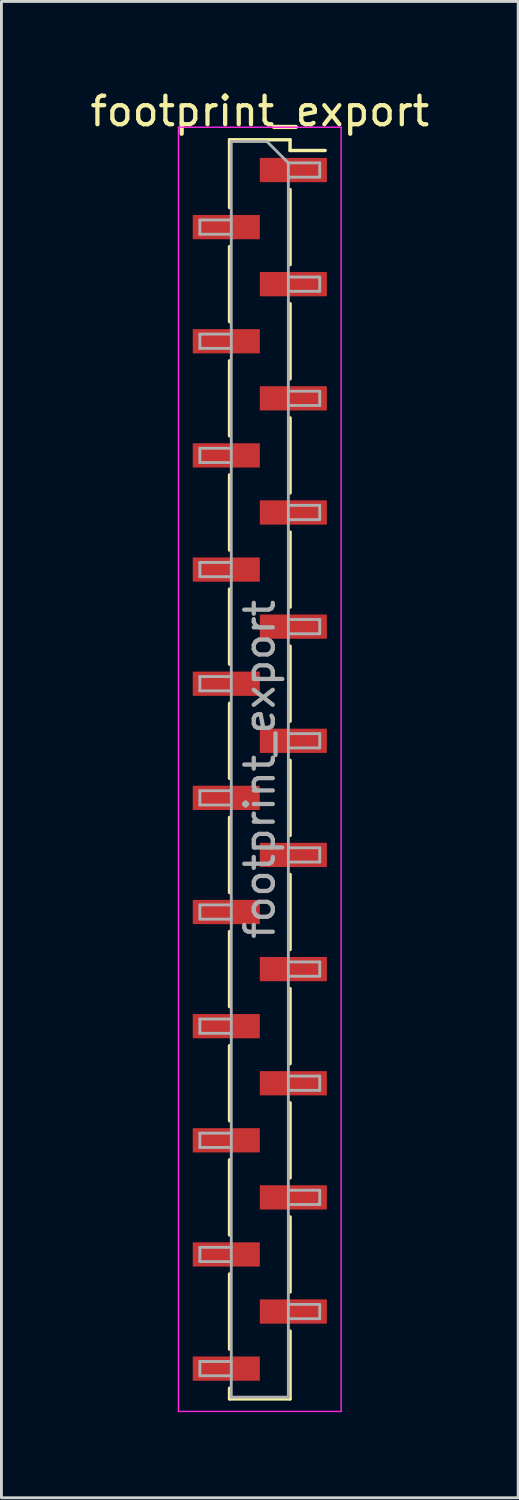
<source format=kicad_pcb>
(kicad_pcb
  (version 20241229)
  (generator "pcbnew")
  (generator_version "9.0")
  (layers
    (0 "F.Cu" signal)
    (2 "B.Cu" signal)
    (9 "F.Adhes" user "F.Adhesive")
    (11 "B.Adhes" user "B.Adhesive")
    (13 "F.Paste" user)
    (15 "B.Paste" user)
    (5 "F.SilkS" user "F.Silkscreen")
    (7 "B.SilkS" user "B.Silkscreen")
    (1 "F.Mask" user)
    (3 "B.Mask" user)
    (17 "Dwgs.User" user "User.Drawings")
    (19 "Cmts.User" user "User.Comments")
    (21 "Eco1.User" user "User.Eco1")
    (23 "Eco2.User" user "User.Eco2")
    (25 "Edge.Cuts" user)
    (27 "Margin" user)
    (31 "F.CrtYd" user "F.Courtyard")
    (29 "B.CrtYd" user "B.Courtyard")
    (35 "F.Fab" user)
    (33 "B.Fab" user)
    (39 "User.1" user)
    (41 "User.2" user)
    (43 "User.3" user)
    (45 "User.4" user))
  (footprint "footprint_export"
    (layer "F.Cu")
    (at 6.054 23.908)
    (property "Reference" "footprint_export" (at 0 -23.06 0) (layer "F.SilkS") (effects (font (size 1 1) (thickness 0.15))))
    (attr smd)
    (fp_line (start -1.06 -22.06) (end -1.06 -19.685) (stroke (width 0.12) (type solid)) (layer "F.SilkS"))
    (fp_line (start -1.06 -22.06) (end 1.06 -22.06) (stroke (width 0.12) (type solid)) (layer "F.SilkS"))
    (fp_line (start -1.06 -18.315) (end -1.06 -15.685) (stroke (width 0.12) (type solid)) (layer "F.SilkS"))
    (fp_line (start -1.06 -14.315) (end -1.06 -11.685) (stroke (width 0.12) (type solid)) (layer "F.SilkS"))
    (fp_line (start -1.06 -10.315) (end -1.06 -7.685) (stroke (width 0.12) (type solid)) (layer "F.SilkS"))
    (fp_line (start -1.06 -6.315) (end -1.06 -3.685) (stroke (width 0.12) (type solid)) (layer "F.SilkS"))
    (fp_line (start -1.06 -2.315) (end -1.06 0.315) (stroke (width 0.12) (type solid)) (layer "F.SilkS"))
    (fp_line (start -1.06 1.685) (end -1.06 4.315) (stroke (width 0.12) (type solid)) (layer "F.SilkS"))
    (fp_line (start -1.06 5.685) (end -1.06 8.315) (stroke (width 0.12) (type solid)) (layer "F.SilkS"))
    (fp_line (start -1.06 9.685) (end -1.06 12.315) (stroke (width 0.12) (type solid)) (layer "F.SilkS"))
    (fp_line (start -1.06 13.685) (end -1.06 16.315) (stroke (width 0.12) (type solid)) (layer "F.SilkS"))
    (fp_line (start -1.06 17.685) (end -1.06 20.315) (stroke (width 0.12) (type solid)) (layer "F.SilkS"))
    (fp_line (start -1.06 21.685) (end -1.06 22.06) (stroke (width 0.12) (type solid)) (layer "F.SilkS"))
    (fp_line (start -1.06 22.06) (end 1.06 22.06) (stroke (width 0.12) (type solid)) (layer "F.SilkS"))
    (fp_line (start 1.06 -22.06) (end 1.06 -21.685) (stroke (width 0.12) (type solid)) (layer "F.SilkS"))
    (fp_line (start 1.06 -21.685) (end 2.29 -21.685) (stroke (width 0.12) (type solid)) (layer "F.SilkS"))
    (fp_line (start 1.06 -20.315) (end 1.06 -17.685) (stroke (width 0.12) (type solid)) (layer "F.SilkS"))
    (fp_line (start 1.06 -16.315) (end 1.06 -13.685) (stroke (width 0.12) (type solid)) (layer "F.SilkS"))
    (fp_line (start 1.06 -12.315) (end 1.06 -9.685) (stroke (width 0.12) (type solid)) (layer "F.SilkS"))
    (fp_line (start 1.06 -8.315) (end 1.06 -5.685) (stroke (width 0.12) (type solid)) (layer "F.SilkS"))
    (fp_line (start 1.06 -4.315) (end 1.06 -1.685) (stroke (width 0.12) (type solid)) (layer "F.SilkS"))
    (fp_line (start 1.06 -0.315) (end 1.06 2.315) (stroke (width 0.12) (type solid)) (layer "F.SilkS"))
    (fp_line (start 1.06 3.685) (end 1.06 6.315) (stroke (width 0.12) (type solid)) (layer "F.SilkS"))
    (fp_line (start 1.06 7.685) (end 1.06 10.315) (stroke (width 0.12) (type solid)) (layer "F.SilkS"))
    (fp_line (start 1.06 11.685) (end 1.06 14.315) (stroke (width 0.12) (type solid)) (layer "F.SilkS"))
    (fp_line (start 1.06 15.685) (end 1.06 18.315) (stroke (width 0.12) (type solid)) (layer "F.SilkS"))
    (fp_line (start 1.06 19.685) (end 1.06 22.06) (stroke (width 0.12) (type solid)) (layer "F.SilkS"))
    (fp_line (start -2.85 -22.5) (end -2.85 22.5) (stroke (width 0.05) (type solid)) (layer "F.CrtYd"))
    (fp_line (start -2.85 22.5) (end 2.85 22.5) (stroke (width 0.05) (type solid)) (layer "F.CrtYd"))
    (fp_line (start 2.85 -22.5) (end -2.85 -22.5) (stroke (width 0.05) (type solid)) (layer "F.CrtYd"))
    (fp_line (start 2.85 22.5) (end 2.85 -22.5) (stroke (width 0.05) (type solid)) (layer "F.CrtYd"))
    (fp_line (start -2.1 -19.25) (end -2.1 -18.75) (stroke (width 0.1) (type solid)) (layer "F.Fab"))
    (fp_line (start -2.1 -18.75) (end -1 -18.75) (stroke (width 0.1) (type solid)) (layer "F.Fab"))
    (fp_line (start -2.1 -15.25) (end -2.1 -14.75) (stroke (width 0.1) (type solid)) (layer "F.Fab"))
    (fp_line (start -2.1 -14.75) (end -1 -14.75) (stroke (width 0.1) (type solid)) (layer "F.Fab"))
    (fp_line (start -2.1 -11.25) (end -2.1 -10.75) (stroke (width 0.1) (type solid)) (layer "F.Fab"))
    (fp_line (start -2.1 -10.75) (end -1 -10.75) (stroke (width 0.1) (type solid)) (layer "F.Fab"))
    (fp_line (start -2.1 -7.25) (end -2.1 -6.75) (stroke (width 0.1) (type solid)) (layer "F.Fab"))
    (fp_line (start -2.1 -6.75) (end -1 -6.75) (stroke (width 0.1) (type solid)) (layer "F.Fab"))
    (fp_line (start -2.1 -3.25) (end -2.1 -2.75) (stroke (width 0.1) (type solid)) (layer "F.Fab"))
    (fp_line (start -2.1 -2.75) (end -1 -2.75) (stroke (width 0.1) (type solid)) (layer "F.Fab"))
    (fp_line (start -2.1 0.75) (end -2.1 1.25) (stroke (width 0.1) (type solid)) (layer "F.Fab"))
    (fp_line (start -2.1 1.25) (end -1 1.25) (stroke (width 0.1) (type solid)) (layer "F.Fab"))
    (fp_line (start -2.1 4.75) (end -2.1 5.25) (stroke (width 0.1) (type solid)) (layer "F.Fab"))
    (fp_line (start -2.1 5.25) (end -1 5.25) (stroke (width 0.1) (type solid)) (layer "F.Fab"))
    (fp_line (start -2.1 8.75) (end -2.1 9.25) (stroke (width 0.1) (type solid)) (layer "F.Fab"))
    (fp_line (start -2.1 9.25) (end -1 9.25) (stroke (width 0.1) (type solid)) (layer "F.Fab"))
    (fp_line (start -2.1 12.75) (end -2.1 13.25) (stroke (width 0.1) (type solid)) (layer "F.Fab"))
    (fp_line (start -2.1 13.25) (end -1 13.25) (stroke (width 0.1) (type solid)) (layer "F.Fab"))
    (fp_line (start -2.1 16.75) (end -2.1 17.25) (stroke (width 0.1) (type solid)) (layer "F.Fab"))
    (fp_line (start -2.1 17.25) (end -1 17.25) (stroke (width 0.1) (type solid)) (layer "F.Fab"))
    (fp_line (start -2.1 20.75) (end -2.1 21.25) (stroke (width 0.1) (type solid)) (layer "F.Fab"))
    (fp_line (start -2.1 21.25) (end -1 21.25) (stroke (width 0.1) (type solid)) (layer "F.Fab"))
    (fp_line (start -1 -22) (end -1 22) (stroke (width 0.1) (type solid)) (layer "F.Fab"))
    (fp_line (start -1 -22) (end 0.25 -22) (stroke (width 0.1) (type solid)) (layer "F.Fab"))
    (fp_line (start -1 -19.25) (end -2.1 -19.25) (stroke (width 0.1) (type solid)) (layer "F.Fab"))
    (fp_line (start -1 -15.25) (end -2.1 -15.25) (stroke (width 0.1) (type solid)) (layer "F.Fab"))
    (fp_line (start -1 -11.25) (end -2.1 -11.25) (stroke (width 0.1) (type solid)) (layer "F.Fab"))
    (fp_line (start -1 -7.25) (end -2.1 -7.25) (stroke (width 0.1) (type solid)) (layer "F.Fab"))
    (fp_line (start -1 -3.25) (end -2.1 -3.25) (stroke (width 0.1) (type solid)) (layer "F.Fab"))
    (fp_line (start -1 0.75) (end -2.1 0.75) (stroke (width 0.1) (type solid)) (layer "F.Fab"))
    (fp_line (start -1 4.75) (end -2.1 4.75) (stroke (width 0.1) (type solid)) (layer "F.Fab"))
    (fp_line (start -1 8.75) (end -2.1 8.75) (stroke (width 0.1) (type solid)) (layer "F.Fab"))
    (fp_line (start -1 12.75) (end -2.1 12.75) (stroke (width 0.1) (type solid)) (layer "F.Fab"))
    (fp_line (start -1 16.75) (end -2.1 16.75) (stroke (width 0.1) (type solid)) (layer "F.Fab"))
    (fp_line (start -1 20.75) (end -2.1 20.75) (stroke (width 0.1) (type solid)) (layer "F.Fab"))
    (fp_line (start 1 -21.25) (end 0.25 -22) (stroke (width 0.1) (type solid)) (layer "F.Fab"))
    (fp_line (start 1 -21.25) (end 2.1 -21.25) (stroke (width 0.1) (type solid)) (layer "F.Fab"))
    (fp_line (start 1 -17.25) (end 2.1 -17.25) (stroke (width 0.1) (type solid)) (layer "F.Fab"))
    (fp_line (start 1 -13.25) (end 2.1 -13.25) (stroke (width 0.1) (type solid)) (layer "F.Fab"))
    (fp_line (start 1 -9.25) (end 2.1 -9.25) (stroke (width 0.1) (type solid)) (layer "F.Fab"))
    (fp_line (start 1 -5.25) (end 2.1 -5.25) (stroke (width 0.1) (type solid)) (layer "F.Fab"))
    (fp_line (start 1 -1.25) (end 2.1 -1.25) (stroke (width 0.1) (type solid)) (layer "F.Fab"))
    (fp_line (start 1 2.75) (end 2.1 2.75) (stroke (width 0.1) (type solid)) (layer "F.Fab"))
    (fp_line (start 1 6.75) (end 2.1 6.75) (stroke (width 0.1) (type solid)) (layer "F.Fab"))
    (fp_line (start 1 10.75) (end 2.1 10.75) (stroke (width 0.1) (type solid)) (layer "F.Fab"))
    (fp_line (start 1 14.75) (end 2.1 14.75) (stroke (width 0.1) (type solid)) (layer "F.Fab"))
    (fp_line (start 1 18.75) (end 2.1 18.75) (stroke (width 0.1) (type solid)) (layer "F.Fab"))
    (fp_line (start 1 22) (end -1 22) (stroke (width 0.1) (type solid)) (layer "F.Fab"))
    (fp_line (start 1 22) (end 1 -21.25) (stroke (width 0.1) (type solid)) (layer "F.Fab"))
    (fp_line (start 2.1 -21.25) (end 2.1 -20.75) (stroke (width 0.1) (type solid)) (layer "F.Fab"))
    (fp_line (start 2.1 -20.75) (end 1 -20.75) (stroke (width 0.1) (type solid)) (layer "F.Fab"))
    (fp_line (start 2.1 -17.25) (end 2.1 -16.75) (stroke (width 0.1) (type solid)) (layer "F.Fab"))
    (fp_line (start 2.1 -16.75) (end 1 -16.75) (stroke (width 0.1) (type solid)) (layer "F.Fab"))
    (fp_line (start 2.1 -13.25) (end 2.1 -12.75) (stroke (width 0.1) (type solid)) (layer "F.Fab"))
    (fp_line (start 2.1 -12.75) (end 1 -12.75) (stroke (width 0.1) (type solid)) (layer "F.Fab"))
    (fp_line (start 2.1 -9.25) (end 2.1 -8.75) (stroke (width 0.1) (type solid)) (layer "F.Fab"))
    (fp_line (start 2.1 -8.75) (end 1 -8.75) (stroke (width 0.1) (type solid)) (layer "F.Fab"))
    (fp_line (start 2.1 -5.25) (end 2.1 -4.75) (stroke (width 0.1) (type solid)) (layer "F.Fab"))
    (fp_line (start 2.1 -4.75) (end 1 -4.75) (stroke (width 0.1) (type solid)) (layer "F.Fab"))
    (fp_line (start 2.1 -1.25) (end 2.1 -0.75) (stroke (width 0.1) (type solid)) (layer "F.Fab"))
    (fp_line (start 2.1 -0.75) (end 1 -0.75) (stroke (width 0.1) (type solid)) (layer "F.Fab"))
    (fp_line (start 2.1 2.75) (end 2.1 3.25) (stroke (width 0.1) (type solid)) (layer "F.Fab"))
    (fp_line (start 2.1 3.25) (end 1 3.25) (stroke (width 0.1) (type solid)) (layer "F.Fab"))
    (fp_line (start 2.1 6.75) (end 2.1 7.25) (stroke (width 0.1) (type solid)) (layer "F.Fab"))
    (fp_line (start 2.1 7.25) (end 1 7.25) (stroke (width 0.1) (type solid)) (layer "F.Fab"))
    (fp_line (start 2.1 10.75) (end 2.1 11.25) (stroke (width 0.1) (type solid)) (layer "F.Fab"))
    (fp_line (start 2.1 11.25) (end 1 11.25) (stroke (width 0.1) (type solid)) (layer "F.Fab"))
    (fp_line (start 2.1 14.75) (end 2.1 15.25) (stroke (width 0.1) (type solid)) (layer "F.Fab"))
    (fp_line (start 2.1 15.25) (end 1 15.25) (stroke (width 0.1) (type solid)) (layer "F.Fab"))
    (fp_line (start 2.1 18.75) (end 2.1 19.25) (stroke (width 0.1) (type solid)) (layer "F.Fab"))
    (fp_line (start 2.1 19.25) (end 1 19.25) (stroke (width 0.1) (type solid)) (layer "F.Fab"))
    (fp_text user "${REFERENCE}" (at 0 0 90) (layer "F.Fab") (effects (font (size 1 1) (thickness 0.15))))
    (pad "1" smd rect (at 1.175 -21) (size 2.35 0.85) (layers "F.Cu" "F.Mask" "F.Paste"))
    (pad "2" smd rect (at -1.175 -19) (size 2.35 0.85) (layers "F.Cu" "F.Mask" "F.Paste"))
    (pad "3" smd rect (at 1.175 -17) (size 2.35 0.85) (layers "F.Cu" "F.Mask" "F.Paste"))
    (pad "4" smd rect (at -1.175 -15) (size 2.35 0.85) (layers "F.Cu" "F.Mask" "F.Paste"))
    (pad "5" smd rect (at 1.175 -13) (size 2.35 0.85) (layers "F.Cu" "F.Mask" "F.Paste"))
    (pad "6" smd rect (at -1.175 -11) (size 2.35 0.85) (layers "F.Cu" "F.Mask" "F.Paste"))
    (pad "7" smd rect (at 1.175 -9) (size 2.35 0.85) (layers "F.Cu" "F.Mask" "F.Paste"))
    (pad "8" smd rect (at -1.175 -7) (size 2.35 0.85) (layers "F.Cu" "F.Mask" "F.Paste"))
    (pad "9" smd rect (at 1.175 -5) (size 2.35 0.85) (layers "F.Cu" "F.Mask" "F.Paste"))
    (pad "10" smd rect (at -1.175 -3) (size 2.35 0.85) (layers "F.Cu" "F.Mask" "F.Paste"))
    (pad "11" smd rect (at 1.175 -1) (size 2.35 0.85) (layers "F.Cu" "F.Mask" "F.Paste"))
    (pad "12" smd rect (at -1.175 1) (size 2.35 0.85) (layers "F.Cu" "F.Mask" "F.Paste"))
    (pad "13" smd rect (at 1.175 3) (size 2.35 0.85) (layers "F.Cu" "F.Mask" "F.Paste"))
    (pad "14" smd rect (at -1.175 5) (size 2.35 0.85) (layers "F.Cu" "F.Mask" "F.Paste"))
    (pad "15" smd rect (at 1.175 7) (size 2.35 0.85) (layers "F.Cu" "F.Mask" "F.Paste"))
    (pad "16" smd rect (at -1.175 9) (size 2.35 0.85) (layers "F.Cu" "F.Mask" "F.Paste"))
    (pad "17" smd rect (at 1.175 11) (size 2.35 0.85) (layers "F.Cu" "F.Mask" "F.Paste"))
    (pad "18" smd rect (at -1.175 13) (size 2.35 0.85) (layers "F.Cu" "F.Mask" "F.Paste"))
    (pad "19" smd rect (at 1.175 15) (size 2.35 0.85) (layers "F.Cu" "F.Mask" "F.Paste"))
    (pad "20" smd rect (at -1.175 17) (size 2.35 0.85) (layers "F.Cu" "F.Mask" "F.Paste"))
    (pad "21" smd rect (at 1.175 19) (size 2.35 0.85) (layers "F.Cu" "F.Mask" "F.Paste"))
    (pad "22" smd rect (at -1.175 21) (size 2.35 0.85) (layers "F.Cu" "F.Mask" "F.Paste")))
  (gr_rect
    (start -3 -3)
    (end 15.107 49.433)
    (stroke (width 0.1) (type default))
    (fill no)
    (layer "Edge.Cuts")))
</source>
